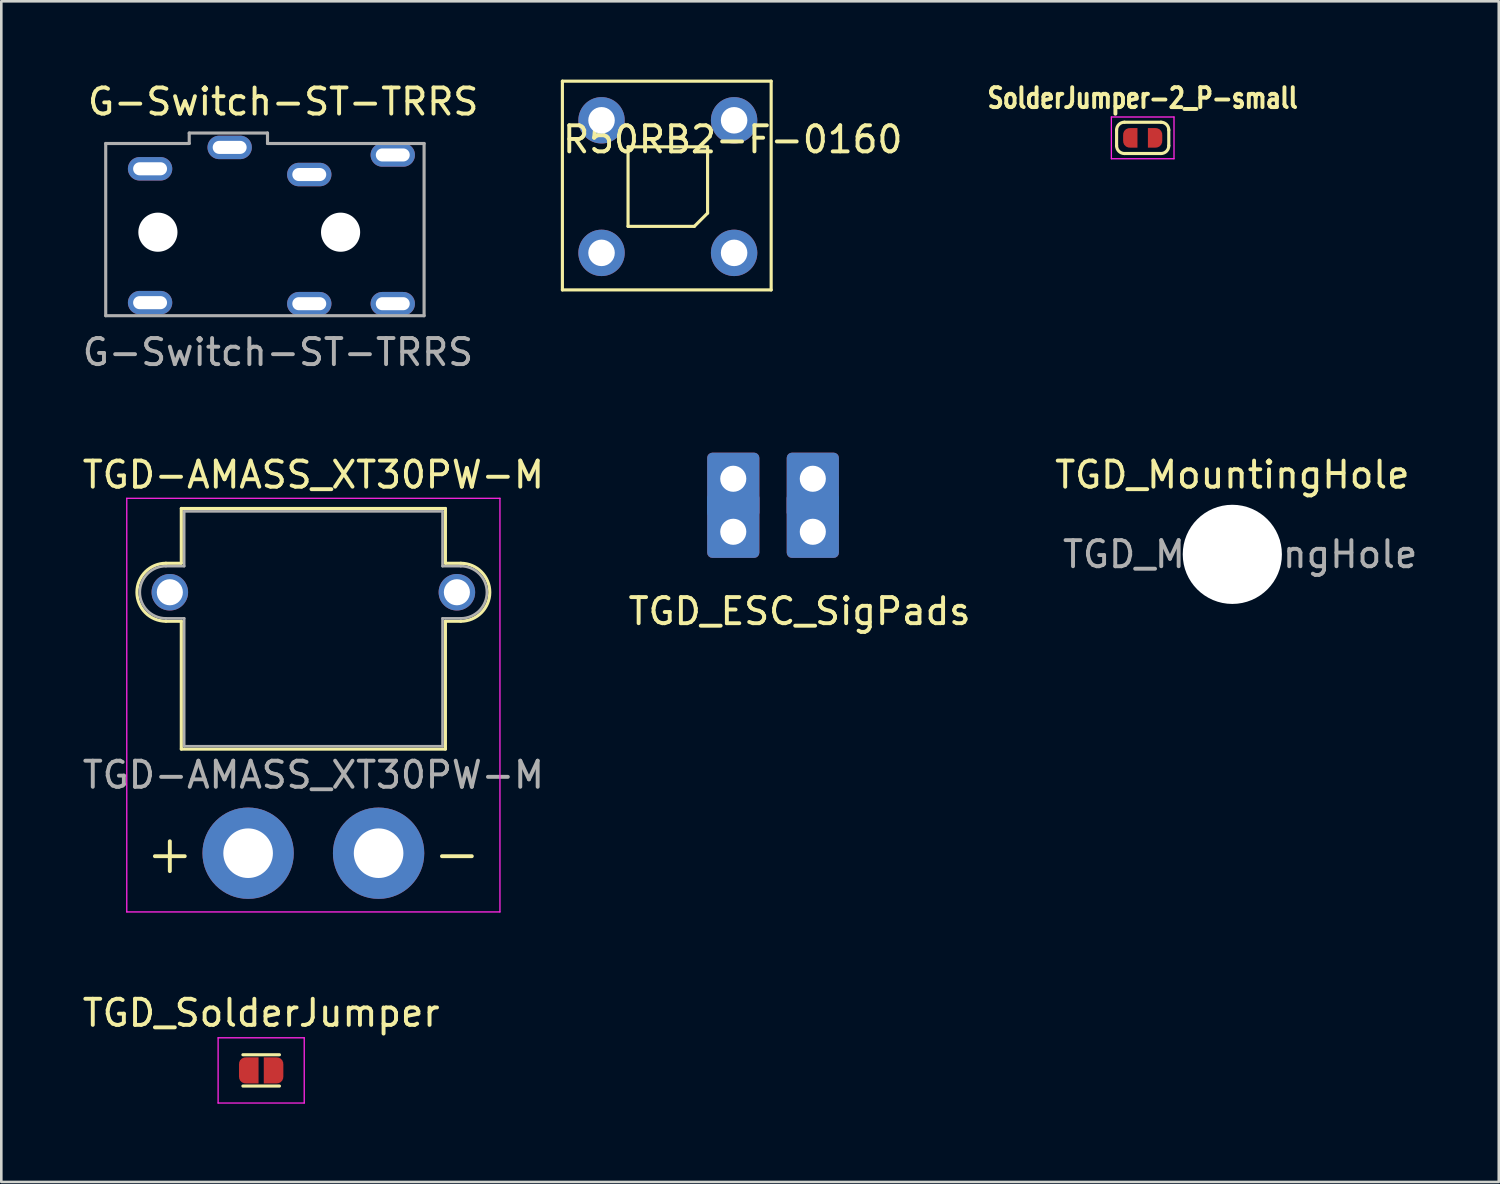
<source format=kicad_pcb>
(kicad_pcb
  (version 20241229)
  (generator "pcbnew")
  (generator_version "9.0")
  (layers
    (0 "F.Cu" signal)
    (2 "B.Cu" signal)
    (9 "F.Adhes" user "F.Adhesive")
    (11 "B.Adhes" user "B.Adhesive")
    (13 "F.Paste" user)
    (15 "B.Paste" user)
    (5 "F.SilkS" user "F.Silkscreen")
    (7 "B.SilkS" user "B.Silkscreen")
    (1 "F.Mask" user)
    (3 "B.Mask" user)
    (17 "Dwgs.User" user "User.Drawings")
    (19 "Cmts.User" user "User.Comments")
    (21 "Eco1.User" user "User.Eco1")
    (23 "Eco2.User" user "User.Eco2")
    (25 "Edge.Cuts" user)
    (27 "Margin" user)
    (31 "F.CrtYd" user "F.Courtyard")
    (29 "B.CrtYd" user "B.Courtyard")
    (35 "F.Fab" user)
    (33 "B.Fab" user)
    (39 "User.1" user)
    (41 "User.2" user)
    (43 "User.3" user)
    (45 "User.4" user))
  (footprint "SolderJumper-2_P-small"
    (layer "F.Cu")
    (at 40.738 2.233)
    (property "Reference" "SolderJumper-2_P-small" (at 0 -1.524 0) (layer "F.SilkS") (effects (font (size 0.762 0.61) (thickness 0.15))))
    (attr exclude_from_pos_files exclude_from_bom)
    (fp_line (start -1 0.3) (end -1 -0.3) (stroke (width 0.12) (type solid)) (layer "F.SilkS"))
    (fp_line (start -0.7 -0.6) (end 0.7 -0.6) (stroke (width 0.12) (type solid)) (layer "F.SilkS"))
    (fp_line (start 0.7 0.6) (end -0.7 0.6) (stroke (width 0.12) (type solid)) (layer "F.SilkS"))
    (fp_line (start 1 -0.3) (end 1 0.3) (stroke (width 0.12) (type solid)) (layer "F.SilkS"))
    (fp_arc (start -1 -0.3) (mid -0.912132 -0.512132) (end -0.7 -0.6) (stroke (width 0.12) (type solid)) (layer "F.SilkS"))
    (fp_arc (start -0.7 0.6) (mid -0.912132 0.512132) (end -1 0.3) (stroke (width 0.12) (type solid)) (layer "F.SilkS"))
    (fp_arc (start 0.7 -0.6) (mid 0.912132 -0.512132) (end 1 -0.3) (stroke (width 0.12) (type solid)) (layer "F.SilkS"))
    (fp_arc (start 1 0.3) (mid 0.912132 0.512132) (end 0.7 0.6) (stroke (width 0.12) (type solid)) (layer "F.SilkS"))
    (fp_line (start -1.2 -0.8) (end -1.2 0.8) (stroke (width 0.05) (type solid)) (layer "F.CrtYd"))
    (fp_line (start -1.2 -0.8) (end 1.2 -0.8) (stroke (width 0.05) (type solid)) (layer "F.CrtYd"))
    (fp_line (start 1.2 0.8) (end -1.2 0.8) (stroke (width 0.05) (type solid)) (layer "F.CrtYd"))
    (fp_line (start 1.2 0.8) (end 1.2 -0.8) (stroke (width 0.05) (type solid)) (layer "F.CrtYd"))
    (pad "1" smd custom (at -0.5 0) (size 0.5 0.25) (layers "F.Cu" "F.Mask") (options (anchor rect)) (primitives (gr_circle (center 0 0.125) (end 0.25 0.125) (width 0) (fill yes)) (gr_circle (center 0 -0.125) (end 0.25 -0.125) (width 0) (fill yes)) (gr_poly (pts (xy 0 -0.375) (xy 0.3 -0.375) (xy 0.3 0.375) (xy 0 0.375)) (width 0) (fill yes))))
    (pad "2" smd custom (at 0.5 0 180) (size 0.5 0.25) (layers "F.Cu" "F.Mask") (options (anchor rect)) (primitives (gr_circle (center 0 0.125) (end 0.25 0.125) (width 0) (fill yes)) (gr_circle (center 0 -0.125) (end 0.25 -0.125) (width 0) (fill yes)) (gr_poly (pts (xy 0 -0.375) (xy 0.3 -0.375) (xy 0.3 0.375) (xy 0 0.375)) (width 0) (fill yes)))))
  (footprint "TGD-AMASS_XT30PW-M"
    (layer "F.Cu")
    (at 11.458 29.645)
    (property "Reference" "TGD-AMASS_XT30PW-M" (at -2.5 -14.5 0) (layer "F.SilkS") (effects (font (size 1 1) (thickness 0.15))))
    (attr through_hole)
    (fp_line (start -8.15 -11.11) (end -7.56 -11.11) (stroke (width 0.12) (type solid)) (layer "F.SilkS"))
    (fp_line (start -8.15 -8.89) (end -7.56 -8.89) (stroke (width 0.12) (type solid)) (layer "F.SilkS"))
    (fp_line (start -7.56 -13.21) (end -7.56 -11.11) (stroke (width 0.12) (type solid)) (layer "F.SilkS"))
    (fp_line (start -7.56 -13.21) (end 2.56 -13.21) (stroke (width 0.12) (type solid)) (layer "F.SilkS"))
    (fp_line (start -7.56 -8.89) (end -7.56 -3.99) (stroke (width 0.12) (type solid)) (layer "F.SilkS"))
    (fp_line (start -7.56 -3.99) (end 2.56 -3.99) (stroke (width 0.12) (type solid)) (layer "F.SilkS"))
    (fp_line (start 2.56 -13.21) (end 2.56 -11.11) (stroke (width 0.12) (type solid)) (layer "F.SilkS"))
    (fp_line (start 2.56 -11.11) (end 3.15 -11.11) (stroke (width 0.12) (type solid)) (layer "F.SilkS"))
    (fp_line (start 2.56 -8.89) (end 2.56 -3.99) (stroke (width 0.12) (type solid)) (layer "F.SilkS"))
    (fp_line (start 2.56 -8.89) (end 3.15 -8.89) (stroke (width 0.12) (type solid)) (layer "F.SilkS"))
    (fp_arc (start -8.15 -8.89) (mid -9.26 -10) (end -8.15 -11.11) (stroke (width 0.12) (type solid)) (layer "F.SilkS"))
    (fp_arc (start 3.15 -11.11) (mid 4.26 -10) (end 3.15 -8.89) (stroke (width 0.12) (type solid)) (layer "F.SilkS"))
    (fp_line (start -9.65 -13.6) (end -9.65 2.25) (stroke (width 0.05) (type solid)) (layer "F.CrtYd"))
    (fp_line (start -9.65 -13.6) (end 4.65 -13.6) (stroke (width 0.05) (type solid)) (layer "F.CrtYd"))
    (fp_line (start -9.65 2.25) (end 4.65 2.25) (stroke (width 0.05) (type solid)) (layer "F.CrtYd"))
    (fp_line (start 4.65 -13.6) (end 4.65 2.25) (stroke (width 0.05) (type solid)) (layer "F.CrtYd"))
    (fp_line (start -8.15 -11) (end -7.45 -11) (stroke (width 0.1) (type solid)) (layer "F.Fab"))
    (fp_line (start -8.15 -9) (end -7.45 -9) (stroke (width 0.1) (type solid)) (layer "F.Fab"))
    (fp_line (start -7.45 -13.1) (end -7.45 -11) (stroke (width 0.1) (type solid)) (layer "F.Fab"))
    (fp_line (start -7.45 -13.1) (end 2.45 -13.1) (stroke (width 0.1) (type solid)) (layer "F.Fab"))
    (fp_line (start -7.45 -9) (end -7.45 -4.1) (stroke (width 0.1) (type solid)) (layer "F.Fab"))
    (fp_line (start -7.45 -4.1) (end 2.45 -4.1) (stroke (width 0.1) (type solid)) (layer "F.Fab"))
    (fp_line (start 2.45 -13.1) (end 2.45 -11) (stroke (width 0.1) (type solid)) (layer "F.Fab"))
    (fp_line (start 2.45 -11) (end 3.15 -11) (stroke (width 0.1) (type solid)) (layer "F.Fab"))
    (fp_line (start 2.45 -9) (end 2.45 -4.1) (stroke (width 0.1) (type solid)) (layer "F.Fab"))
    (fp_line (start 2.45 -9) (end 3.15 -9) (stroke (width 0.1) (type solid)) (layer "F.Fab"))
    (fp_arc (start -8.15 -9) (mid -9.15 -10) (end -8.15 -11) (stroke (width 0.1) (type solid)) (layer "F.Fab"))
    (fp_arc (start 3.15 -11) (mid 4.15 -10) (end 3.15 -9) (stroke (width 0.1) (type solid)) (layer "F.Fab"))
    (fp_text user "+" (at -8 0 0) (layer "F.SilkS") (effects (font (size 1.5 1.5) (thickness 0.15))))
    (fp_text user "-" (at 3 0 0) (layer "F.SilkS") (effects (font (size 1.5 1.5) (thickness 0.15))))
    (fp_text user "${REFERENCE}" (at -2.5 -3 0) (layer "F.Fab") (effects (font (size 1 1) (thickness 0.15))))
    (pad "" thru_hole circle (at -8 -10) (size 1.4 1.4) (drill 1) (layers "*.Cu" "*.Mask"))
    (pad "" thru_hole circle (at 3 -10) (size 1.4 1.4) (drill 1) (layers "*.Cu" "*.Mask"))
    (pad "1" thru_hole circle (at 0 0) (size 3.5 3.5) (drill 1.9) (layers "*.Cu" "*.Mask"))
    (pad "2" thru_hole circle (at -5 0) (size 3.5 3.5) (drill 1.9) (layers "*.Cu" "*.Mask")))
  (footprint "TGD_SolderJumper"
    (layer "F.Cu")
    (at 6.958 37.968)
    (property "Reference" "TGD_SolderJumper" (at 0 -2.2 0) (layer "F.SilkS") (effects (font (size 1 1) (thickness 0.15))))
    (attr exclude_from_pos_files exclude_from_bom)
    (fp_line (start -0.7 -0.6) (end 0.7 -0.6) (stroke (width 0.12) (type solid)) (layer "F.SilkS"))
    (fp_line (start 0.7 0.6) (end -0.7 0.6) (stroke (width 0.12) (type solid)) (layer "F.SilkS"))
    (fp_line (start -1.65 -1.25) (end -1.65 1.25) (stroke (width 0.05) (type solid)) (layer "F.CrtYd"))
    (fp_line (start -1.65 -1.25) (end 1.65 -1.25) (stroke (width 0.05) (type solid)) (layer "F.CrtYd"))
    (fp_line (start 1.65 1.25) (end -1.65 1.25) (stroke (width 0.05) (type solid)) (layer "F.CrtYd"))
    (fp_line (start 1.65 1.25) (end 1.65 -1.25) (stroke (width 0.05) (type solid)) (layer "F.CrtYd"))
    (pad "1" smd custom (at -0.6 0) (size 0.5 0.5) (layers "F.Cu" "F.Mask") (options (anchor rect)) (primitives (gr_circle (center 0 0.25) (end 0.25 0.25) (width 0) (fill yes)) (gr_circle (center 0 -0.25) (end 0.25 -0.25) (width 0) (fill yes)) (gr_poly (pts (xy 0.5 0.5) (xy 0 0.5) (xy 0 -0.5) (xy 0.5 -0.5)) (width 0) (fill yes))))
    (pad "2" smd custom (at 0.6 0) (size 0.5 0.5) (layers "F.Cu" "F.Mask") (options (anchor rect)) (primitives (gr_circle (center 0 0.25) (end 0.25 0.25) (width 0) (fill yes)) (gr_circle (center 0 -0.25) (end 0.25 -0.25) (width 0) (fill yes)) (gr_poly (pts (xy 0 0.5) (xy -0.5 0.5) (xy -0.5 -0.5) (xy 0 -0.5)) (width 0) (fill yes)))))
  (footprint "G-Switch-ST-TRRS"
    (layer "F.Cu")
    (at 1.001 5.848)
    (property "Reference" "G-Switch-ST-TRRS" (at 6.8 -5 0) (unlocked yes) (layer "F.SilkS") (effects (font (size 1 1) (thickness 0.15))))
    (attr through_hole)
    (fp_line (start 0 -3.4) (end 3.2 -3.4) (stroke (width 0.12) (type solid)) (layer "F.Fab"))
    (fp_line (start 0 3.2) (end 0 -3.4) (stroke (width 0.12) (type solid)) (layer "F.Fab"))
    (fp_line (start 3.2 -3.8) (end 6.2 -3.8) (stroke (width 0.12) (type solid)) (layer "F.Fab"))
    (fp_line (start 3.2 -3.4) (end 3.2 -3.8) (stroke (width 0.12) (type solid)) (layer "F.Fab"))
    (fp_line (start 6.2 -3.8) (end 6.2 -3.4) (stroke (width 0.12) (type solid)) (layer "F.Fab"))
    (fp_line (start 6.2 -3.4) (end 12.2 -3.4) (stroke (width 0.12) (type solid)) (layer "F.Fab"))
    (fp_line (start 12.2 -3.4) (end 12.2 3.2) (stroke (width 0.12) (type solid)) (layer "F.Fab"))
    (fp_line (start 12.2 3.2) (end 0 3.2) (stroke (width 0.12) (type solid)) (layer "F.Fab"))
    (fp_text user "${REFERENCE}" (at 6.6 4.6 0) (unlocked yes) (layer "F.Fab") (effects (font (size 1 1) (thickness 0.15))))
    (pad "" np_thru_hole circle (at 2 0) (size 1.5 1.5) (drill 1.5) (layers "*.Cu" "*.Mask"))
    (pad "" np_thru_hole circle (at 9 0) (size 1.5 1.5) (drill 1.5) (layers "*.Cu" "*.Mask"))
    (pad "1" thru_hole oval (at 1.7 2.7 90) (size 0.9 1.7) (drill oval 0.5 1.3) (layers "*.Cu" "*.Mask"))
    (pad "2" thru_hole oval (at 1.7 -2.43 90) (size 0.9 1.7) (drill oval 0.5 1.3) (layers "*.Cu" "*.Mask"))
    (pad "3" thru_hole oval (at 11 2.74 90) (size 0.9 1.7) (drill oval 0.5 1.3) (layers "*.Cu" "*.Mask"))
    (pad "4" thru_hole oval (at 11 -2.96 90) (size 0.9 1.7) (drill oval 0.5 1.3) (layers "*.Cu" "*.Mask"))
    (pad "5" thru_hole oval (at 7.8 -2.21 90) (size 0.9 1.7) (drill oval 0.5 1.3) (layers "*.Cu" "*.Mask"))
    (pad "6" thru_hole oval (at 7.8 2.74 90) (size 0.9 1.7) (drill oval 0.5 1.3) (layers "*.Cu" "*.Mask"))
    (pad "7" thru_hole oval (at 4.75 -3.25 90) (size 0.9 1.7) (drill oval 0.5 1.3) (layers "*.Cu" "*.Mask")))
  (footprint "TGD_MountingHole"
    (layer "F.Cu")
    (at 44.173 18.193)
    (property "Reference" "TGD_MountingHole" (at 0 -3.048 0) (layer "F.SilkS") (effects (font (size 1 1) (thickness 0.15))))
    (attr exclude_from_pos_files exclude_from_bom)
    (fp_text user "${REFERENCE}" (at 0.3 0 0) (layer "F.Fab") (effects (font (size 1 1) (thickness 0.15))))
    (pad "" np_thru_hole circle (at 0 0) (size 3.8 3.8) (drill 3.8) (layers "*.Cu" "*.Mask")))
  (footprint "R50RB2-F-0160"
    (layer "F.Cu")
    (at 22.487 4.074)
    (property "Reference" "R50RB2-F-0160" (at 2.54 -1.778 0) (layer "F.SilkS") (effects (font (size 1 1) (thickness 0.15))))
    (attr through_hole)
    (fp_line (start -3.986 -4.014) (end -3.986 3.986) (stroke (width 0.12) (type solid)) (layer "F.SilkS"))
    (fp_line (start -3.986 3.986) (end 4.014 3.986) (stroke (width 0.12) (type solid)) (layer "F.SilkS"))
    (fp_line (start -1.47 -1.498) (end -1.47 1.55) (stroke (width 0.12) (type solid)) (layer "F.SilkS"))
    (fp_line (start -1.47 1.55) (end 1.07 1.55) (stroke (width 0.12) (type solid)) (layer "F.SilkS"))
    (fp_line (start 1.07 1.55) (end 1.578 1.042) (stroke (width 0.12) (type solid)) (layer "F.SilkS"))
    (fp_line (start 1.578 -1.498) (end -1.47 -1.498) (stroke (width 0.12) (type solid)) (layer "F.SilkS"))
    (fp_line (start 1.578 1.042) (end 1.578 -1.498) (stroke (width 0.12) (type solid)) (layer "F.SilkS"))
    (fp_line (start 4.014 -4.014) (end -3.986 -4.014) (stroke (width 0.12) (type solid)) (layer "F.SilkS"))
    (fp_line (start 4.014 3.986) (end 4.014 -4.014) (stroke (width 0.12) (type solid)) (layer "F.SilkS"))
    (pad "1" thru_hole circle (at -2.486 -2.514) (size 1.778 1.778) (drill 1.016) (layers "*.Cu" "*.Mask"))
    (pad "2" thru_hole circle (at -2.486 2.566) (size 1.778 1.778) (drill 1.016) (layers "*.Cu" "*.Mask"))
    (pad "3" thru_hole circle (at 2.594 2.566) (size 1.778 1.778) (drill 1.016) (layers "*.Cu" "*.Mask"))
    (pad "4" thru_hole circle (at 2.594 -2.514) (size 1.778 1.778) (drill 1.016) (layers "*.Cu" "*.Mask")))
  (footprint "TGD_ESC_SigPads"
    (layer "F.Cu")
    (at 25.049 15.296)
    (property "Reference" "TGD_ESC_SigPads" (at 2.54 5.08 0) (layer "F.SilkS") (effects (font (size 1 1) (thickness 0.15))))
    (attr through_hole)
    (pad "1" thru_hole roundrect (at 0 0) (size 2 2.5) (drill 1 (offset 0 0.25)) (layers "*.Cu" "*.Mask") (roundrect_rratio 0.1))
    (pad "1" thru_hole roundrect (at 0 2.032 180) (size 2 2.5) (drill 1 (offset 0 0.25)) (layers "*.Cu" "*.Mask") (roundrect_rratio 0.1))
    (pad "2" thru_hole roundrect (at 3.048 0) (size 2 2.5) (drill 1 (offset 0 0.25)) (layers "*.Cu" "*.Mask") (roundrect_rratio 0.1))
    (pad "2" thru_hole roundrect (at 3.048 2.032 180) (size 2 2.5) (drill 1 (offset 0 0.25)) (layers "*.Cu" "*.Mask") (roundrect_rratio 0.1)))
  (gr_rect
    (start -3 -3)
    (end 54.383 42.243)
    (stroke (width 0.1) (type default))
    (fill no)
    (layer "Edge.Cuts")))
</source>
